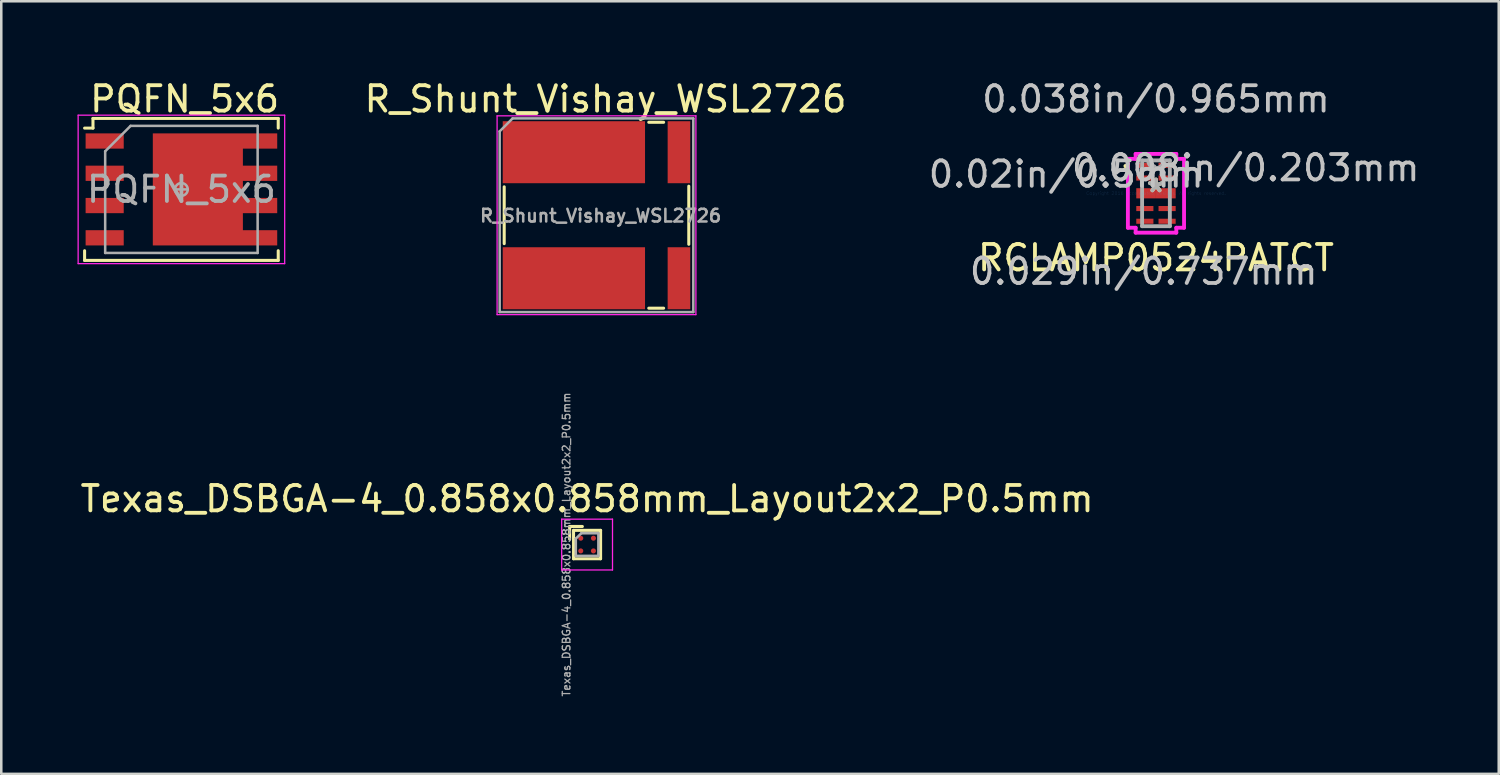
<source format=kicad_pcb>
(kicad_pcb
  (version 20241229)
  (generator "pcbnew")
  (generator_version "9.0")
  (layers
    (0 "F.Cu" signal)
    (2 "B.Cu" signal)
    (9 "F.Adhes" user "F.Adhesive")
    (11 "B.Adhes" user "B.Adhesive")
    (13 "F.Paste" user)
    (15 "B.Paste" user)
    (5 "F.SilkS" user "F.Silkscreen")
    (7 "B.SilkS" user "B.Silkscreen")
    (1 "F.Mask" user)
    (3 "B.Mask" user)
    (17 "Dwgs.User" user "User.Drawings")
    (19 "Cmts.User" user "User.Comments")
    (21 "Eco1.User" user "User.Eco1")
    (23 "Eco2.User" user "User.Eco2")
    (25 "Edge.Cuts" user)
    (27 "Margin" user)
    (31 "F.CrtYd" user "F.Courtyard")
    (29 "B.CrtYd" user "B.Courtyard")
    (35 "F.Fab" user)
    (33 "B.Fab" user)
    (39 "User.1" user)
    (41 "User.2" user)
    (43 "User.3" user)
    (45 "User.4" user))
  (footprint "Texas_DSBGA-4_0.858x0.858mm_Layout2x2_P0.5mm"
    (layer "F.Cu")
    (at 20.054 18.38)
    (property "Reference" "Texas_DSBGA-4_0.858x0.858mm_Layout2x2_P0.5mm" (at 0 -1.8 0) (layer "F.SilkS") (effects (font (size 1 1) (thickness 0.15))))
    (attr smd)
    (fp_line (start -0.686 -0.711) (end -0.686 -0.211) (stroke (width 0.12) (type solid)) (layer "F.SilkS"))
    (fp_line (start -0.533 -0.559) (end -0.533 0.559) (stroke (width 0.12) (type solid)) (layer "F.SilkS"))
    (fp_line (start -0.533 0.559) (end 0.529 0.559) (stroke (width 0.12) (type solid)) (layer "F.SilkS"))
    (fp_line (start -0.186 -0.711) (end -0.686 -0.711) (stroke (width 0.12) (type solid)) (layer "F.SilkS"))
    (fp_line (start 0.531 -0.559) (end -0.531 -0.559) (stroke (width 0.12) (type solid)) (layer "F.SilkS"))
    (fp_line (start 0.531 -0.559) (end 0.531 0.559) (stroke (width 0.12) (type solid)) (layer "F.SilkS"))
    (fp_line (start -1 -1) (end -1 1) (stroke (width 0.05) (type solid)) (layer "F.CrtYd"))
    (fp_line (start -1 -1) (end 1 -1) (stroke (width 0.05) (type solid)) (layer "F.CrtYd"))
    (fp_line (start 1 1) (end -1 1) (stroke (width 0.05) (type solid)) (layer "F.CrtYd"))
    (fp_line (start 1 1) (end 1 -1) (stroke (width 0.05) (type solid)) (layer "F.CrtYd"))
    (fp_line (start -0.444 -0.232) (end -0.444 0.444) (stroke (width 0.1) (type solid)) (layer "F.Fab"))
    (fp_line (start -0.444 -0.232) (end -0.229 -0.444) (stroke (width 0.1) (type solid)) (layer "F.Fab"))
    (fp_line (start -0.444 0.444) (end 0.444 0.444) (stroke (width 0.1) (type solid)) (layer "F.Fab"))
    (fp_line (start 0.444 -0.444) (end -0.229 -0.444) (stroke (width 0.1) (type solid)) (layer "F.Fab"))
    (fp_line (start 0.444 0.444) (end 0.444 -0.444) (stroke (width 0.1) (type solid)) (layer "F.Fab"))
    (fp_text user "${REFERENCE}" (at -0.813 0 90) (layer "F.Fab") (effects (font (size 0.3 0.3) (thickness 0.05))))
    (pad "" smd roundrect (at -0.25 -0.25) (size 0.21 0.21) (layers "F.Paste") (roundrect_rratio 0.25))
    (pad "" smd roundrect (at -0.25 0.25) (size 0.21 0.21) (layers "F.Paste") (roundrect_rratio 0.25))
    (pad "" smd roundrect (at 0.25 -0.25) (size 0.21 0.21) (layers "F.Paste") (roundrect_rratio 0.25))
    (pad "" smd roundrect (at 0.25 0.25) (size 0.21 0.21) (layers "F.Paste") (roundrect_rratio 0.25))
    (pad "A1" smd circle (at -0.25 -0.25) (size 0.2 0.2) (layers "F.Cu" "F.Mask"))
    (pad "A2" smd circle (at 0.25 -0.25) (size 0.2 0.2) (layers "F.Cu" "F.Mask"))
    (pad "B2" smd circle (at -0.25 0.25) (size 0.2 0.2) (layers "F.Cu" "F.Mask"))
    (pad "B2" smd circle (at 0.25 0.25) (size 0.2 0.2) (layers "F.Cu" "F.Mask")))
  (footprint "PQFN_5x6"
    (layer "F.Cu")
    (at 4.089 4.404)
    (property "Reference" "PQFN_5x6" (at 0.127 -3.556 0) (layer "F.SilkS") (effects (font (size 1 1) (thickness 0.15))))
    (attr smd)
    (fp_line (start -3.81 2.413) (end -3.81 2.793) (stroke (width 0.12) (type solid)) (layer "F.SilkS"))
    (fp_line (start -3.48 -2.413) (end -3.81 -2.413) (stroke (width 0.12) (type solid)) (layer "F.SilkS"))
    (fp_line (start -3.48 -2.413) (end -3.48 -2.793) (stroke (width 0.12) (type solid)) (layer "F.SilkS"))
    (fp_line (start 3.81 -2.793) (end -3.48 -2.793) (stroke (width 0.12) (type solid)) (layer "F.SilkS"))
    (fp_line (start 3.81 -2.413) (end 3.81 -2.793) (stroke (width 0.12) (type solid)) (layer "F.SilkS"))
    (fp_line (start 3.81 2.413) (end 3.81 2.793) (stroke (width 0.12) (type solid)) (layer "F.SilkS"))
    (fp_line (start 3.81 2.794) (end -3.81 2.794) (stroke (width 0.12) (type solid)) (layer "F.SilkS"))
    (fp_line (start -4.064 -2.921) (end 4.064 -2.921) (stroke (width 0.05) (type solid)) (layer "F.CrtYd"))
    (fp_line (start -4.064 2.921) (end -4.064 -2.921) (stroke (width 0.05) (type solid)) (layer "F.CrtYd"))
    (fp_line (start 4.064 -2.921) (end 4.064 2.921) (stroke (width 0.05) (type solid)) (layer "F.CrtYd"))
    (fp_line (start 4.064 2.921) (end -4.064 2.921) (stroke (width 0.05) (type solid)) (layer "F.CrtYd"))
    (fp_line (start -3 2.5) (end -3 -1.5) (stroke (width 0.1) (type solid)) (layer "F.Fab"))
    (fp_line (start -2 -2.5) (end -3 -1.5) (stroke (width 0.1) (type solid)) (layer "F.Fab"))
    (fp_line (start -2 -2.5) (end 3 -2.5) (stroke (width 0.1) (type solid)) (layer "F.Fab"))
    (fp_line (start 0 0.25) (end 0 -0.25) (stroke (width 0.1) (type solid)) (layer "F.Fab"))
    (fp_line (start 0.25 0) (end -0.25 0) (stroke (width 0.1) (type solid)) (layer "F.Fab"))
    (fp_line (start 3 -2.5) (end 3 2.5) (stroke (width 0.1) (type solid)) (layer "F.Fab"))
    (fp_line (start 3 2.5) (end -3 2.5) (stroke (width 0.1) (type solid)) (layer "F.Fab"))
    (fp_circle (center 0 0) (end 0 0.25) (stroke (width 0.1) (type solid)) (fill no) (layer "F.Fab"))
    (fp_text user "${REFERENCE}" (at 0 0 0) (layer "F.Fab") (effects (font (size 1 1) (thickness 0.15))))
    (pad "1" smd rect (at -3.02 -1.905) (size 1.5 0.6) (layers "F.Cu" "F.Mask" "F.Paste"))
    (pad "2" smd rect (at -3.02 -0.635) (size 1.5 0.6) (layers "F.Cu" "F.Mask" "F.Paste"))
    (pad "2" smd rect (at -3.02 0.635) (size 1.5 0.6) (layers "F.Cu" "F.Mask" "F.Paste"))
    (pad "2" smd rect (at -3.02 1.905) (size 1.5 0.6) (layers "F.Cu" "F.Mask" "F.Paste"))
    (pad "3" smd custom (at 0.647 0) (size 3.545 4.41) (layers "F.Cu" "F.Mask") (options (anchor rect)) (primitives (gr_poly (pts (xy 1.673 -2.205) (xy 3.123 -2.205) (xy 3.123 -1.605) (xy 1.673 -1.605)) (width 0) (fill yes)) (gr_poly (pts (xy 1.673 -0.935) (xy 3.123 -0.935) (xy 3.123 -0.335) (xy 1.673 -0.335)) (width 0) (fill yes)) (gr_poly (pts (xy 1.673 0.335) (xy 3.123 0.335) (xy 3.123 0.935) (xy 1.673 0.935)) (width 0) (fill yes)) (gr_poly (pts (xy 1.673 1.605) (xy 3.123 1.605) (xy 3.123 2.205) (xy 1.673 2.205)) (width 0) (fill yes)))))
  (footprint "RCLAMP0524PATCT"
    (layer "F.Cu")
    (at 42.441 4.557)
    (property "Reference" "RCLAMP0524PATCT" (at 0 2.54 0) (layer "F.SilkS") (effects (font (size 1 1) (thickness 0.15))))
    (attr through_hole)
    (fp_arc (start -1.2025 -1.0762) (mid -1.128671 -0.98114) (end -1.239046 -0.933136) (stroke (width 0.1524) (type solid)) (layer "F.SilkS"))
    (fp_line (start -1.105 -1.356) (end -0.8 -1.356) (stroke (width 0.152) (type solid)) (layer "F.CrtYd"))
    (fp_line (start -1.105 1.356) (end -1.105 -1.356) (stroke (width 0.152) (type solid)) (layer "F.CrtYd"))
    (fp_line (start -0.8 -1.549) (end 0.8 -1.549) (stroke (width 0.152) (type solid)) (layer "F.CrtYd"))
    (fp_line (start -0.8 -1.356) (end -0.8 -1.549) (stroke (width 0.152) (type solid)) (layer "F.CrtYd"))
    (fp_line (start -0.8 1.356) (end -1.105 1.356) (stroke (width 0.152) (type solid)) (layer "F.CrtYd"))
    (fp_line (start -0.8 1.549) (end -0.8 1.356) (stroke (width 0.152) (type solid)) (layer "F.CrtYd"))
    (fp_line (start 0.8 -1.549) (end 0.8 -1.356) (stroke (width 0.152) (type solid)) (layer "F.CrtYd"))
    (fp_line (start 0.8 -1.356) (end 1.105 -1.356) (stroke (width 0.152) (type solid)) (layer "F.CrtYd"))
    (fp_line (start 0.8 1.356) (end 0.8 1.549) (stroke (width 0.152) (type solid)) (layer "F.CrtYd"))
    (fp_line (start 0.8 1.549) (end -0.8 1.549) (stroke (width 0.152) (type solid)) (layer "F.CrtYd"))
    (fp_line (start 1.105 -1.356) (end 1.105 1.356) (stroke (width 0.152) (type solid)) (layer "F.CrtYd"))
    (fp_line (start 1.105 1.356) (end 0.8 1.356) (stroke (width 0.152) (type solid)) (layer "F.CrtYd"))
    (fp_line (start -0.546 -1.295) (end -0.546 1.295) (stroke (width 0.152) (type solid)) (layer "F.Fab"))
    (fp_line (start -0.546 1.295) (end 0.546 1.295) (stroke (width 0.152) (type solid)) (layer "F.Fab"))
    (fp_line (start 0.546 -1.295) (end -0.546 -1.295) (stroke (width 0.152) (type solid)) (layer "F.Fab"))
    (fp_line (start 0.546 1.295) (end 0.546 -1.295) (stroke (width 0.152) (type solid)) (layer "F.Fab"))
    (fp_arc (start 0.3048 -1.2954) (mid 0 -0.9906) (end -0.3048 -1.2954) (stroke (width 0.1524) (type solid)) (layer "F.Fab"))
    (fp_circle (center -0.114 -1) (end -0.038 -1) (stroke (width 0.152) (type solid)) (fill no) (layer "F.Fab"))
    (fp_text user "*" (at 0 0 0) (layer "F.SilkS") (effects (font (size 1 1) (thickness 0.15))))
    (fp_text user "0.008in/0.203mm" (at 3.531 -1 0) (layer "Dwgs.User") (effects (font (size 1 1) (thickness 0.15))))
    (fp_text user "0.038in/0.965mm" (at 0 -3.708 0) (layer "Dwgs.User") (effects (font (size 1 1) (thickness 0.15))))
    (fp_text user "0.029in/0.737mm" (at -0.483 3.073 0) (layer "Dwgs.User") (effects (font (size 1 1) (thickness 0.15))))
    (fp_text user "0.02in/0.5mm" (at -3.531 -0.75 0) (layer "Dwgs.User") (effects (font (size 1 1) (thickness 0.15))))
    (fp_text user "Copyright 2016 Accelerated Designs. All rights reserved." (at 0 0 0) (layer "Cmts.User") (effects (font (size 0.127 0.127) (thickness 0.002))))
    (fp_text user "*" (at 0 0 0) (layer "F.Fab") (effects (font (size 1 1) (thickness 0.15))))
    (pad "1" smd rect (at -0.438 -1.1) (size 0.675 0.2) (layers "F.Cu" "F.Mask" "F.Paste"))
    (pad "2" smd rect (at -0.438 -0.6) (size 0.675 0.2) (layers "F.Cu" "F.Mask" "F.Paste"))
    (pad "3" smd rect (at -0.438 0.6) (size 0.675 0.2) (layers "F.Cu" "F.Mask" "F.Paste"))
    (pad "4" smd rect (at -0.438 1.1) (size 0.675 0.2) (layers "F.Cu" "F.Mask" "F.Paste"))
    (pad "5" smd rect (at 0.438 1.1) (size 0.675 0.2) (layers "F.Cu" "F.Mask" "F.Paste"))
    (pad "6" smd rect (at 0.438 0.6) (size 0.675 0.2) (layers "F.Cu" "F.Mask" "F.Paste"))
    (pad "7" smd rect (at 0.438 -0.6) (size 0.675 0.2) (layers "F.Cu" "F.Mask" "F.Paste"))
    (pad "8" smd rect (at 0.438 -1.1) (size 0.675 0.2) (layers "F.Cu" "F.Mask" "F.Paste"))
    (pad "9" smd rect (at -0.388 0) (size 0.775 0.4) (layers "F.Cu" "F.Mask" "F.Paste"))
    (pad "10" smd rect (at 0.388 0) (size 0.775 0.4) (layers "F.Cu" "F.Mask" "F.Paste")))
  (footprint "R_Shunt_Vishay_WSL2726"
    (layer "F.Cu")
    (at 20.424 5.42)
    (property "Reference" "R_Shunt_Vishay_WSL2726" (at 0.356 -4.572 0) (layer "F.SilkS") (effects (font (size 1 1) (thickness 0.15))))
    (attr smd)
    (fp_line (start -3.632 1.118) (end -3.632 -1.118) (stroke (width 0.12) (type solid)) (layer "F.SilkS"))
    (fp_line (start 2.057 -3.658) (end 2.642 -3.658) (stroke (width 0.12) (type solid)) (layer "F.SilkS"))
    (fp_line (start 2.057 3.658) (end 2.642 3.658) (stroke (width 0.12) (type solid)) (layer "F.SilkS"))
    (fp_line (start 3.632 1.143) (end 3.632 -1.143) (stroke (width 0.12) (type solid)) (layer "F.SilkS"))
    (fp_line (start -3.912 3.912) (end -3.912 -3.912) (stroke (width 0.05) (type solid)) (layer "F.CrtYd"))
    (fp_line (start -3.912 3.912) (end 3.912 3.912) (stroke (width 0.05) (type solid)) (layer "F.CrtYd"))
    (fp_line (start 3.912 -3.912) (end -3.912 -3.912) (stroke (width 0.05) (type solid)) (layer "F.CrtYd"))
    (fp_line (start 3.912 -3.912) (end 3.912 3.912) (stroke (width 0.05) (type solid)) (layer "F.CrtYd"))
    (fp_line (start -3.81 -3.302) (end -3.302 -3.81) (stroke (width 0.1) (type solid)) (layer "F.Fab"))
    (fp_line (start -3.81 3.81) (end -3.81 -3.302) (stroke (width 0.1) (type solid)) (layer "F.Fab"))
    (fp_line (start -3.81 3.81) (end 3.81 3.81) (stroke (width 0.1) (type solid)) (layer "F.Fab"))
    (fp_line (start 3.81 -3.81) (end -3.302 -3.81) (stroke (width 0.1) (type solid)) (layer "F.Fab"))
    (fp_line (start 3.81 3.81) (end 3.81 -3.81) (stroke (width 0.1) (type solid)) (layer "F.Fab"))
    (fp_text user "${REFERENCE}" (at 0.163 0.02 0) (layer "F.Fab") (effects (font (size 0.5 0.5) (thickness 0.1))))
    (pad "1" smd rect (at -0.89 -2.48) (size 5.6 2.44) (layers "F.Cu" "F.Mask" "F.Paste"))
    (pad "2" smd rect (at 3.245 -2.48) (size 0.89 2.44) (layers "F.Cu" "F.Mask" "F.Paste"))
    (pad "3" smd rect (at 3.245 2.48) (size 0.89 2.44) (layers "F.Cu" "F.Mask" "F.Paste"))
    (pad "4" smd rect (at -0.89 2.48) (size 5.6 2.44) (layers "F.Cu" "F.Mask" "F.Paste")))
  (gr_rect
    (start -3 -3)
    (end 55.93 27.404)
    (stroke (width 0.1) (type default))
    (fill no)
    (layer "Edge.Cuts")))
</source>
